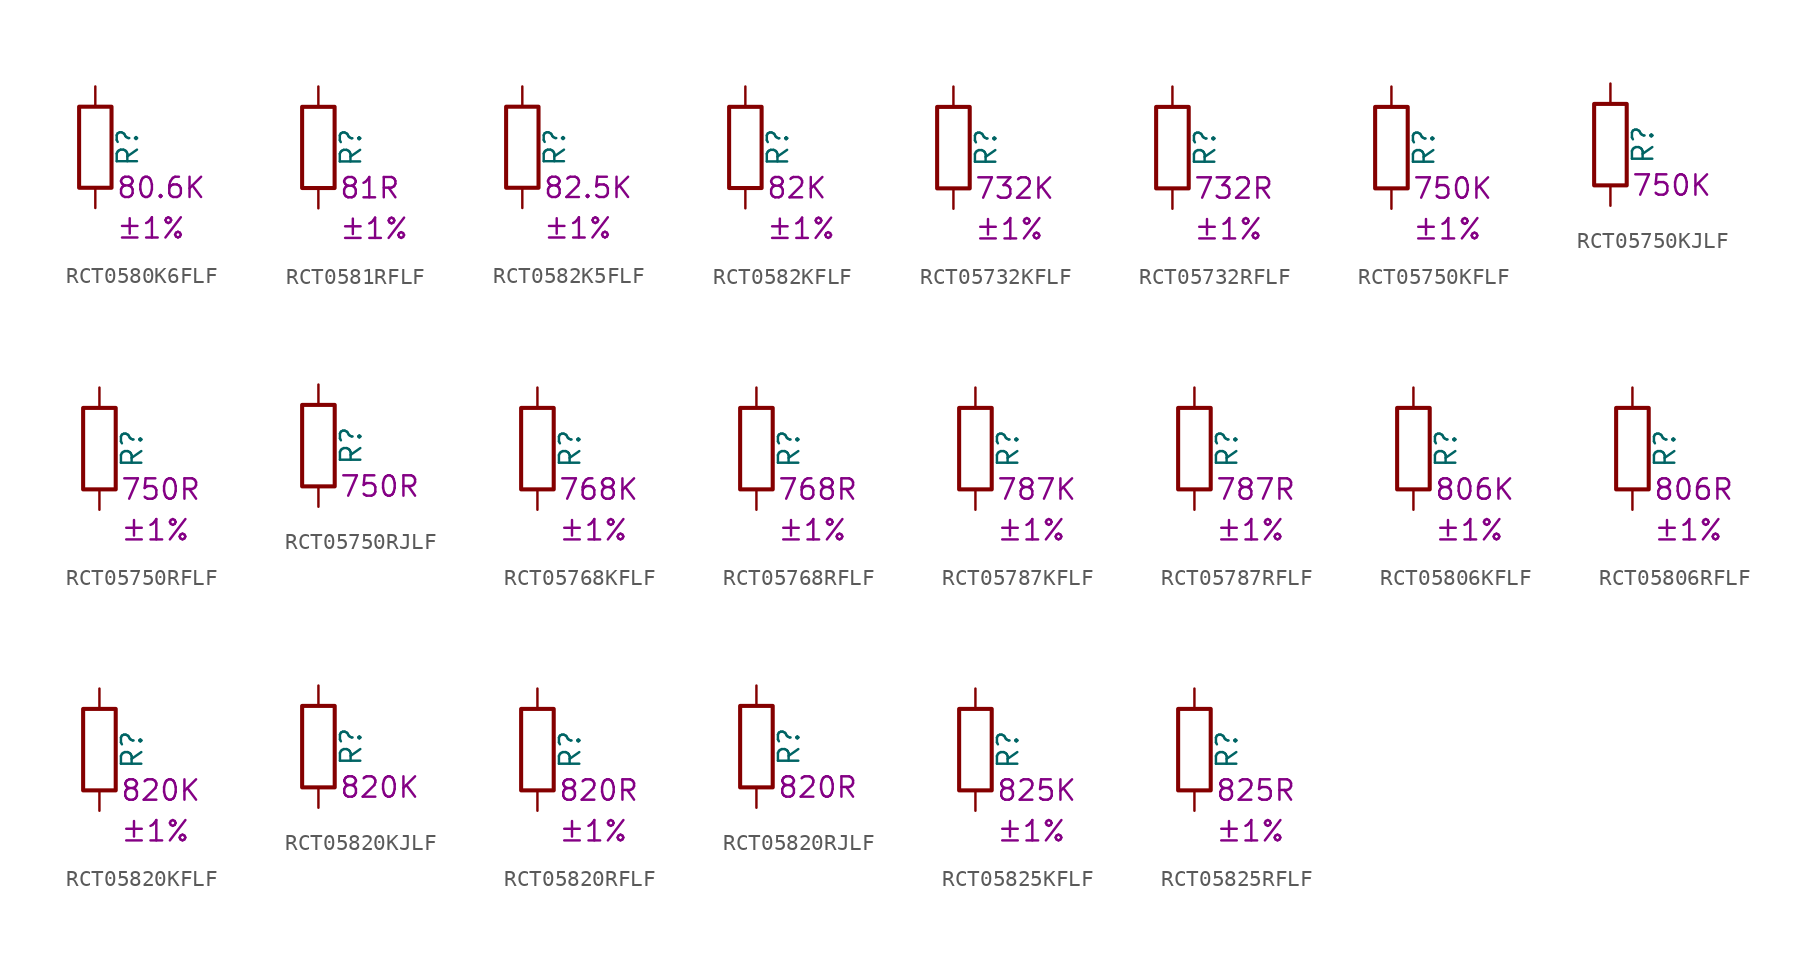
<source format=kicad_sym>
(kicad_symbol_lib
  (version 20220914)
  (generator kicad_symbol_editor)
  (symbol "RCT0580K6FLF"
    (pin_numbers hide)
    (pin_names
      (offset 0))
    (property "Reference" "R"
      (at 2.032 0 90)
      (effects (font (size 1.27 1.27))))
    (property "Resistance" "80.6K"
      (at 1.27 -2.54 0)
      (effects (font (size 1.27 1.27)) (justify left)))
    (property "Tolerance" "±1%"
      (at 1.27 -5.08 0)
      (effects (font (size 1.27 1.27)) (justify left)))
    (symbol "RCT0580K6FLF_0_1"
      (rectangle (start -1.016 -2.54) (end 1.016 2.54) (stroke (width 0.254) (type default)) (fill (type none))))
    (symbol "RCT0580K6FLF_1_1"
      (pin passive line (at 0 3.81 270) (length 1.27) (name "~" (effects (font (size 1.27 1.27)))) (number "1" (effects (font (size 1.27 1.27)))))
      (pin passive line (at 0 -3.81 90) (length 1.27) (name "~" (effects (font (size 1.27 1.27)))) (number "2" (effects (font (size 1.27 1.27)))))))
  (symbol "RCT0581RFLF"
    (pin_numbers hide)
    (pin_names
      (offset 0))
    (property "Reference" "R"
      (at 2.032 0 90)
      (effects (font (size 1.27 1.27))))
    (property "Resistance" "81R"
      (at 1.27 -2.54 0)
      (effects (font (size 1.27 1.27)) (justify left)))
    (property "Tolerance" "±1%"
      (at 1.27 -5.08 0)
      (effects (font (size 1.27 1.27)) (justify left)))
    (symbol "RCT0581RFLF_0_1"
      (rectangle (start -1.016 -2.54) (end 1.016 2.54) (stroke (width 0.254) (type default)) (fill (type none))))
    (symbol "RCT0581RFLF_1_1"
      (pin passive line (at 0 3.81 270) (length 1.27) (name "~" (effects (font (size 1.27 1.27)))) (number "1" (effects (font (size 1.27 1.27)))))
      (pin passive line (at 0 -3.81 90) (length 1.27) (name "~" (effects (font (size 1.27 1.27)))) (number "2" (effects (font (size 1.27 1.27)))))))
  (symbol "RCT0582K5FLF"
    (pin_numbers hide)
    (pin_names
      (offset 0))
    (property "Reference" "R"
      (at 2.032 0 90)
      (effects (font (size 1.27 1.27))))
    (property "Resistance" "82.5K"
      (at 1.27 -2.54 0)
      (effects (font (size 1.27 1.27)) (justify left)))
    (property "Tolerance" "±1%"
      (at 1.27 -5.08 0)
      (effects (font (size 1.27 1.27)) (justify left)))
    (symbol "RCT0582K5FLF_0_1"
      (rectangle (start -1.016 -2.54) (end 1.016 2.54) (stroke (width 0.254) (type default)) (fill (type none))))
    (symbol "RCT0582K5FLF_1_1"
      (pin passive line (at 0 3.81 270) (length 1.27) (name "~" (effects (font (size 1.27 1.27)))) (number "1" (effects (font (size 1.27 1.27)))))
      (pin passive line (at 0 -3.81 90) (length 1.27) (name "~" (effects (font (size 1.27 1.27)))) (number "2" (effects (font (size 1.27 1.27)))))))
  (symbol "RCT0582KFLF"
    (pin_numbers hide)
    (pin_names
      (offset 0))
    (property "Reference" "R"
      (at 2.032 0 90)
      (effects (font (size 1.27 1.27))))
    (property "Resistance" "82K"
      (at 1.27 -2.54 0)
      (effects (font (size 1.27 1.27)) (justify left)))
    (property "Tolerance" "±1%"
      (at 1.27 -5.08 0)
      (effects (font (size 1.27 1.27)) (justify left)))
    (symbol "RCT0582KFLF_0_1"
      (rectangle (start -1.016 -2.54) (end 1.016 2.54) (stroke (width 0.254) (type default)) (fill (type none))))
    (symbol "RCT0582KFLF_1_1"
      (pin passive line (at 0 3.81 270) (length 1.27) (name "~" (effects (font (size 1.27 1.27)))) (number "1" (effects (font (size 1.27 1.27)))))
      (pin passive line (at 0 -3.81 90) (length 1.27) (name "~" (effects (font (size 1.27 1.27)))) (number "2" (effects (font (size 1.27 1.27)))))))
  (symbol "RCT05732KFLF"
    (pin_numbers hide)
    (pin_names
      (offset 0))
    (property "Reference" "R"
      (at 2.032 0 90)
      (effects (font (size 1.27 1.27))))
    (property "Resistance" "732K"
      (at 1.27 -2.54 0)
      (effects (font (size 1.27 1.27)) (justify left)))
    (property "Tolerance" "±1%"
      (at 1.27 -5.08 0)
      (effects (font (size 1.27 1.27)) (justify left)))
    (symbol "RCT05732KFLF_0_1"
      (rectangle (start -1.016 -2.54) (end 1.016 2.54) (stroke (width 0.254) (type default)) (fill (type none))))
    (symbol "RCT05732KFLF_1_1"
      (pin passive line (at 0 3.81 270) (length 1.27) (name "~" (effects (font (size 1.27 1.27)))) (number "1" (effects (font (size 1.27 1.27)))))
      (pin passive line (at 0 -3.81 90) (length 1.27) (name "~" (effects (font (size 1.27 1.27)))) (number "2" (effects (font (size 1.27 1.27)))))))
  (symbol "RCT05732RFLF"
    (pin_numbers hide)
    (pin_names
      (offset 0))
    (property "Reference" "R"
      (at 2.032 0 90)
      (effects (font (size 1.27 1.27))))
    (property "Resistance" "732R"
      (at 1.27 -2.54 0)
      (effects (font (size 1.27 1.27)) (justify left)))
    (property "Tolerance" "±1%"
      (at 1.27 -5.08 0)
      (effects (font (size 1.27 1.27)) (justify left)))
    (symbol "RCT05732RFLF_0_1"
      (rectangle (start -1.016 -2.54) (end 1.016 2.54) (stroke (width 0.254) (type default)) (fill (type none))))
    (symbol "RCT05732RFLF_1_1"
      (pin passive line (at 0 3.81 270) (length 1.27) (name "~" (effects (font (size 1.27 1.27)))) (number "1" (effects (font (size 1.27 1.27)))))
      (pin passive line (at 0 -3.81 90) (length 1.27) (name "~" (effects (font (size 1.27 1.27)))) (number "2" (effects (font (size 1.27 1.27)))))))
  (symbol "RCT05750KFLF"
    (pin_numbers hide)
    (pin_names
      (offset 0))
    (property "Reference" "R"
      (at 2.032 0 90)
      (effects (font (size 1.27 1.27))))
    (property "Resistance" "750K"
      (at 1.27 -2.54 0)
      (effects (font (size 1.27 1.27)) (justify left)))
    (property "Tolerance" "±1%"
      (at 1.27 -5.08 0)
      (effects (font (size 1.27 1.27)) (justify left)))
    (symbol "RCT05750KFLF_0_1"
      (rectangle (start -1.016 -2.54) (end 1.016 2.54) (stroke (width 0.254) (type default)) (fill (type none))))
    (symbol "RCT05750KFLF_1_1"
      (pin passive line (at 0 3.81 270) (length 1.27) (name "~" (effects (font (size 1.27 1.27)))) (number "1" (effects (font (size 1.27 1.27)))))
      (pin passive line (at 0 -3.81 90) (length 1.27) (name "~" (effects (font (size 1.27 1.27)))) (number "2" (effects (font (size 1.27 1.27)))))))
  (symbol "RCT05750KJLF"
    (pin_numbers hide)
    (pin_names
      (offset 0))
    (property "Reference" "R"
      (at 2.032 0 90)
      (effects (font (size 1.27 1.27))))
    (property "Resistance" "750K"
      (at 1.27 -2.54 0)
      (effects (font (size 1.27 1.27)) (justify left)))
    (symbol "RCT05750KJLF_0_1"
      (rectangle (start -1.016 -2.54) (end 1.016 2.54) (stroke (width 0.254) (type default)) (fill (type none))))
    (symbol "RCT05750KJLF_1_1"
      (pin passive line (at 0 3.81 270) (length 1.27) (name "~" (effects (font (size 1.27 1.27)))) (number "1" (effects (font (size 1.27 1.27)))))
      (pin passive line (at 0 -3.81 90) (length 1.27) (name "~" (effects (font (size 1.27 1.27)))) (number "2" (effects (font (size 1.27 1.27)))))))
  (symbol "RCT05750RFLF"
    (pin_numbers hide)
    (pin_names
      (offset 0))
    (property "Reference" "R"
      (at 2.032 0 90)
      (effects (font (size 1.27 1.27))))
    (property "Resistance" "750R"
      (at 1.27 -2.54 0)
      (effects (font (size 1.27 1.27)) (justify left)))
    (property "Tolerance" "±1%"
      (at 1.27 -5.08 0)
      (effects (font (size 1.27 1.27)) (justify left)))
    (symbol "RCT05750RFLF_0_1"
      (rectangle (start -1.016 -2.54) (end 1.016 2.54) (stroke (width 0.254) (type default)) (fill (type none))))
    (symbol "RCT05750RFLF_1_1"
      (pin passive line (at 0 3.81 270) (length 1.27) (name "~" (effects (font (size 1.27 1.27)))) (number "1" (effects (font (size 1.27 1.27)))))
      (pin passive line (at 0 -3.81 90) (length 1.27) (name "~" (effects (font (size 1.27 1.27)))) (number "2" (effects (font (size 1.27 1.27)))))))
  (symbol "RCT05750RJLF"
    (pin_numbers hide)
    (pin_names
      (offset 0))
    (property "Reference" "R"
      (at 2.032 0 90)
      (effects (font (size 1.27 1.27))))
    (property "Resistance" "750R"
      (at 1.27 -2.54 0)
      (effects (font (size 1.27 1.27)) (justify left)))
    (symbol "RCT05750RJLF_0_1"
      (rectangle (start -1.016 -2.54) (end 1.016 2.54) (stroke (width 0.254) (type default)) (fill (type none))))
    (symbol "RCT05750RJLF_1_1"
      (pin passive line (at 0 3.81 270) (length 1.27) (name "~" (effects (font (size 1.27 1.27)))) (number "1" (effects (font (size 1.27 1.27)))))
      (pin passive line (at 0 -3.81 90) (length 1.27) (name "~" (effects (font (size 1.27 1.27)))) (number "2" (effects (font (size 1.27 1.27)))))))
  (symbol "RCT05768KFLF"
    (pin_numbers hide)
    (pin_names
      (offset 0))
    (property "Reference" "R"
      (at 2.032 0 90)
      (effects (font (size 1.27 1.27))))
    (property "Resistance" "768K"
      (at 1.27 -2.54 0)
      (effects (font (size 1.27 1.27)) (justify left)))
    (property "Tolerance" "±1%"
      (at 1.27 -5.08 0)
      (effects (font (size 1.27 1.27)) (justify left)))
    (symbol "RCT05768KFLF_0_1"
      (rectangle (start -1.016 -2.54) (end 1.016 2.54) (stroke (width 0.254) (type default)) (fill (type none))))
    (symbol "RCT05768KFLF_1_1"
      (pin passive line (at 0 3.81 270) (length 1.27) (name "~" (effects (font (size 1.27 1.27)))) (number "1" (effects (font (size 1.27 1.27)))))
      (pin passive line (at 0 -3.81 90) (length 1.27) (name "~" (effects (font (size 1.27 1.27)))) (number "2" (effects (font (size 1.27 1.27)))))))
  (symbol "RCT05768RFLF"
    (pin_numbers hide)
    (pin_names
      (offset 0))
    (property "Reference" "R"
      (at 2.032 0 90)
      (effects (font (size 1.27 1.27))))
    (property "Resistance" "768R"
      (at 1.27 -2.54 0)
      (effects (font (size 1.27 1.27)) (justify left)))
    (property "Tolerance" "±1%"
      (at 1.27 -5.08 0)
      (effects (font (size 1.27 1.27)) (justify left)))
    (symbol "RCT05768RFLF_0_1"
      (rectangle (start -1.016 -2.54) (end 1.016 2.54) (stroke (width 0.254) (type default)) (fill (type none))))
    (symbol "RCT05768RFLF_1_1"
      (pin passive line (at 0 3.81 270) (length 1.27) (name "~" (effects (font (size 1.27 1.27)))) (number "1" (effects (font (size 1.27 1.27)))))
      (pin passive line (at 0 -3.81 90) (length 1.27) (name "~" (effects (font (size 1.27 1.27)))) (number "2" (effects (font (size 1.27 1.27)))))))
  (symbol "RCT05787KFLF"
    (pin_numbers hide)
    (pin_names
      (offset 0))
    (property "Reference" "R"
      (at 2.032 0 90)
      (effects (font (size 1.27 1.27))))
    (property "Resistance" "787K"
      (at 1.27 -2.54 0)
      (effects (font (size 1.27 1.27)) (justify left)))
    (property "Tolerance" "±1%"
      (at 1.27 -5.08 0)
      (effects (font (size 1.27 1.27)) (justify left)))
    (symbol "RCT05787KFLF_0_1"
      (rectangle (start -1.016 -2.54) (end 1.016 2.54) (stroke (width 0.254) (type default)) (fill (type none))))
    (symbol "RCT05787KFLF_1_1"
      (pin passive line (at 0 3.81 270) (length 1.27) (name "~" (effects (font (size 1.27 1.27)))) (number "1" (effects (font (size 1.27 1.27)))))
      (pin passive line (at 0 -3.81 90) (length 1.27) (name "~" (effects (font (size 1.27 1.27)))) (number "2" (effects (font (size 1.27 1.27)))))))
  (symbol "RCT05787RFLF"
    (pin_numbers hide)
    (pin_names
      (offset 0))
    (property "Reference" "R"
      (at 2.032 0 90)
      (effects (font (size 1.27 1.27))))
    (property "Resistance" "787R"
      (at 1.27 -2.54 0)
      (effects (font (size 1.27 1.27)) (justify left)))
    (property "Tolerance" "±1%"
      (at 1.27 -5.08 0)
      (effects (font (size 1.27 1.27)) (justify left)))
    (symbol "RCT05787RFLF_0_1"
      (rectangle (start -1.016 -2.54) (end 1.016 2.54) (stroke (width 0.254) (type default)) (fill (type none))))
    (symbol "RCT05787RFLF_1_1"
      (pin passive line (at 0 3.81 270) (length 1.27) (name "~" (effects (font (size 1.27 1.27)))) (number "1" (effects (font (size 1.27 1.27)))))
      (pin passive line (at 0 -3.81 90) (length 1.27) (name "~" (effects (font (size 1.27 1.27)))) (number "2" (effects (font (size 1.27 1.27)))))))
  (symbol "RCT05806KFLF"
    (pin_numbers hide)
    (pin_names
      (offset 0))
    (property "Reference" "R"
      (at 2.032 0 90)
      (effects (font (size 1.27 1.27))))
    (property "Resistance" "806K"
      (at 1.27 -2.54 0)
      (effects (font (size 1.27 1.27)) (justify left)))
    (property "Tolerance" "±1%"
      (at 1.27 -5.08 0)
      (effects (font (size 1.27 1.27)) (justify left)))
    (symbol "RCT05806KFLF_0_1"
      (rectangle (start -1.016 -2.54) (end 1.016 2.54) (stroke (width 0.254) (type default)) (fill (type none))))
    (symbol "RCT05806KFLF_1_1"
      (pin passive line (at 0 3.81 270) (length 1.27) (name "~" (effects (font (size 1.27 1.27)))) (number "1" (effects (font (size 1.27 1.27)))))
      (pin passive line (at 0 -3.81 90) (length 1.27) (name "~" (effects (font (size 1.27 1.27)))) (number "2" (effects (font (size 1.27 1.27)))))))
  (symbol "RCT05806RFLF"
    (pin_numbers hide)
    (pin_names
      (offset 0))
    (property "Reference" "R"
      (at 2.032 0 90)
      (effects (font (size 1.27 1.27))))
    (property "Resistance" "806R"
      (at 1.27 -2.54 0)
      (effects (font (size 1.27 1.27)) (justify left)))
    (property "Tolerance" "±1%"
      (at 1.27 -5.08 0)
      (effects (font (size 1.27 1.27)) (justify left)))
    (symbol "RCT05806RFLF_0_1"
      (rectangle (start -1.016 -2.54) (end 1.016 2.54) (stroke (width 0.254) (type default)) (fill (type none))))
    (symbol "RCT05806RFLF_1_1"
      (pin passive line (at 0 3.81 270) (length 1.27) (name "~" (effects (font (size 1.27 1.27)))) (number "1" (effects (font (size 1.27 1.27)))))
      (pin passive line (at 0 -3.81 90) (length 1.27) (name "~" (effects (font (size 1.27 1.27)))) (number "2" (effects (font (size 1.27 1.27)))))))
  (symbol "RCT05820KFLF"
    (pin_numbers hide)
    (pin_names
      (offset 0))
    (property "Reference" "R"
      (at 2.032 0 90)
      (effects (font (size 1.27 1.27))))
    (property "Resistance" "820K"
      (at 1.27 -2.54 0)
      (effects (font (size 1.27 1.27)) (justify left)))
    (property "Tolerance" "±1%"
      (at 1.27 -5.08 0)
      (effects (font (size 1.27 1.27)) (justify left)))
    (symbol "RCT05820KFLF_0_1"
      (rectangle (start -1.016 -2.54) (end 1.016 2.54) (stroke (width 0.254) (type default)) (fill (type none))))
    (symbol "RCT05820KFLF_1_1"
      (pin passive line (at 0 3.81 270) (length 1.27) (name "~" (effects (font (size 1.27 1.27)))) (number "1" (effects (font (size 1.27 1.27)))))
      (pin passive line (at 0 -3.81 90) (length 1.27) (name "~" (effects (font (size 1.27 1.27)))) (number "2" (effects (font (size 1.27 1.27)))))))
  (symbol "RCT05820KJLF"
    (pin_numbers hide)
    (pin_names
      (offset 0))
    (property "Reference" "R"
      (at 2.032 0 90)
      (effects (font (size 1.27 1.27))))
    (property "Resistance" "820K"
      (at 1.27 -2.54 0)
      (effects (font (size 1.27 1.27)) (justify left)))
    (symbol "RCT05820KJLF_0_1"
      (rectangle (start -1.016 -2.54) (end 1.016 2.54) (stroke (width 0.254) (type default)) (fill (type none))))
    (symbol "RCT05820KJLF_1_1"
      (pin passive line (at 0 3.81 270) (length 1.27) (name "~" (effects (font (size 1.27 1.27)))) (number "1" (effects (font (size 1.27 1.27)))))
      (pin passive line (at 0 -3.81 90) (length 1.27) (name "~" (effects (font (size 1.27 1.27)))) (number "2" (effects (font (size 1.27 1.27)))))))
  (symbol "RCT05820RFLF"
    (pin_numbers hide)
    (pin_names
      (offset 0))
    (property "Reference" "R"
      (at 2.032 0 90)
      (effects (font (size 1.27 1.27))))
    (property "Resistance" "820R"
      (at 1.27 -2.54 0)
      (effects (font (size 1.27 1.27)) (justify left)))
    (property "Tolerance" "±1%"
      (at 1.27 -5.08 0)
      (effects (font (size 1.27 1.27)) (justify left)))
    (symbol "RCT05820RFLF_0_1"
      (rectangle (start -1.016 -2.54) (end 1.016 2.54) (stroke (width 0.254) (type default)) (fill (type none))))
    (symbol "RCT05820RFLF_1_1"
      (pin passive line (at 0 3.81 270) (length 1.27) (name "~" (effects (font (size 1.27 1.27)))) (number "1" (effects (font (size 1.27 1.27)))))
      (pin passive line (at 0 -3.81 90) (length 1.27) (name "~" (effects (font (size 1.27 1.27)))) (number "2" (effects (font (size 1.27 1.27)))))))
  (symbol "RCT05820RJLF"
    (pin_numbers hide)
    (pin_names
      (offset 0))
    (property "Reference" "R"
      (at 2.032 0 90)
      (effects (font (size 1.27 1.27))))
    (property "Resistance" "820R"
      (at 1.27 -2.54 0)
      (effects (font (size 1.27 1.27)) (justify left)))
    (symbol "RCT05820RJLF_0_1"
      (rectangle (start -1.016 -2.54) (end 1.016 2.54) (stroke (width 0.254) (type default)) (fill (type none))))
    (symbol "RCT05820RJLF_1_1"
      (pin passive line (at 0 3.81 270) (length 1.27) (name "~" (effects (font (size 1.27 1.27)))) (number "1" (effects (font (size 1.27 1.27)))))
      (pin passive line (at 0 -3.81 90) (length 1.27) (name "~" (effects (font (size 1.27 1.27)))) (number "2" (effects (font (size 1.27 1.27)))))))
  (symbol "RCT05825KFLF"
    (pin_numbers hide)
    (pin_names
      (offset 0))
    (property "Reference" "R"
      (at 2.032 0 90)
      (effects (font (size 1.27 1.27))))
    (property "Resistance" "825K"
      (at 1.27 -2.54 0)
      (effects (font (size 1.27 1.27)) (justify left)))
    (property "Tolerance" "±1%"
      (at 1.27 -5.08 0)
      (effects (font (size 1.27 1.27)) (justify left)))
    (symbol "RCT05825KFLF_0_1"
      (rectangle (start -1.016 -2.54) (end 1.016 2.54) (stroke (width 0.254) (type default)) (fill (type none))))
    (symbol "RCT05825KFLF_1_1"
      (pin passive line (at 0 3.81 270) (length 1.27) (name "~" (effects (font (size 1.27 1.27)))) (number "1" (effects (font (size 1.27 1.27)))))
      (pin passive line (at 0 -3.81 90) (length 1.27) (name "~" (effects (font (size 1.27 1.27)))) (number "2" (effects (font (size 1.27 1.27)))))))
  (symbol "RCT05825RFLF"
    (pin_numbers hide)
    (pin_names
      (offset 0))
    (property "Reference" "R"
      (at 2.032 0 90)
      (effects (font (size 1.27 1.27))))
    (property "Resistance" "825R"
      (at 1.27 -2.54 0)
      (effects (font (size 1.27 1.27)) (justify left)))
    (property "Tolerance" "±1%"
      (at 1.27 -5.08 0)
      (effects (font (size 1.27 1.27)) (justify left)))
    (symbol "RCT05825RFLF_0_1"
      (rectangle (start -1.016 -2.54) (end 1.016 2.54) (stroke (width 0.254) (type default)) (fill (type none))))
    (symbol "RCT05825RFLF_1_1"
      (pin passive line (at 0 3.81 270) (length 1.27) (name "~" (effects (font (size 1.27 1.27)))) (number "1" (effects (font (size 1.27 1.27)))))
      (pin passive line (at 0 -3.81 90) (length 1.27) (name "~" (effects (font (size 1.27 1.27)))) (number "2" (effects (font (size 1.27 1.27))))))))
</source>
